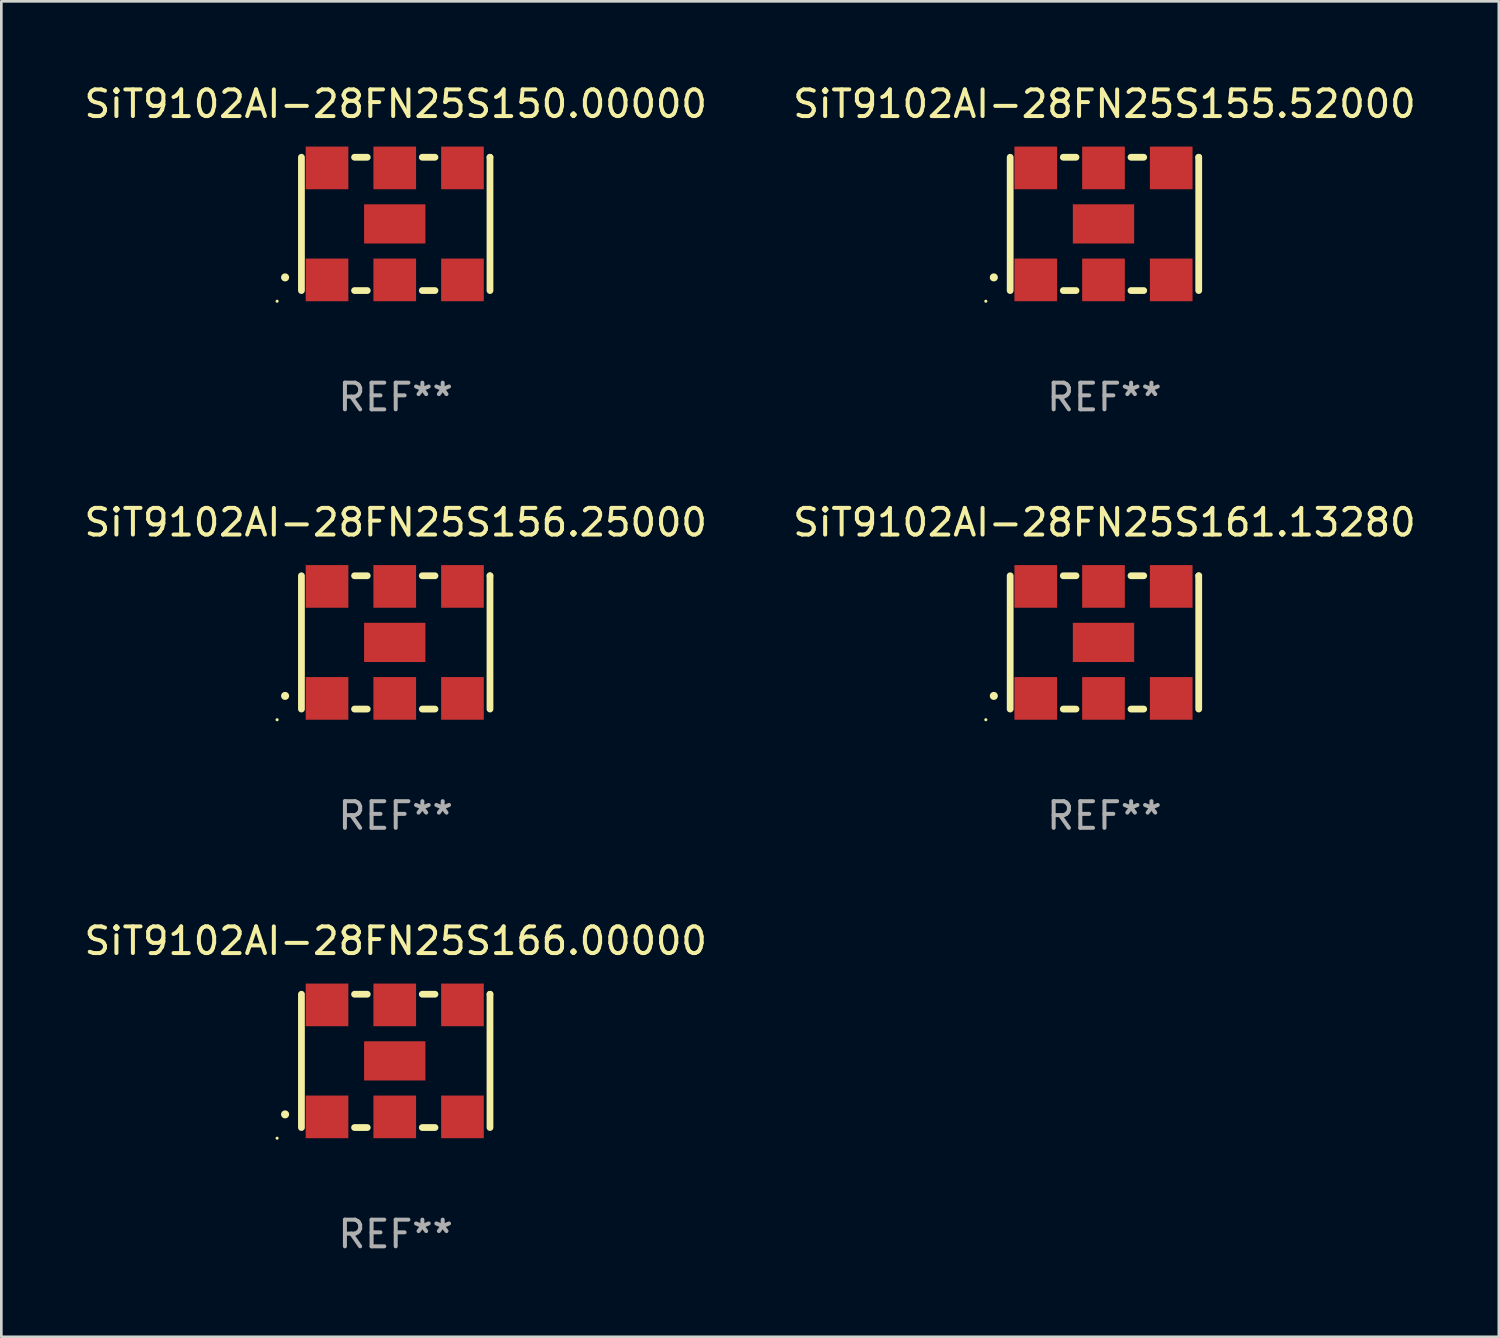
<source format=kicad_pcb>
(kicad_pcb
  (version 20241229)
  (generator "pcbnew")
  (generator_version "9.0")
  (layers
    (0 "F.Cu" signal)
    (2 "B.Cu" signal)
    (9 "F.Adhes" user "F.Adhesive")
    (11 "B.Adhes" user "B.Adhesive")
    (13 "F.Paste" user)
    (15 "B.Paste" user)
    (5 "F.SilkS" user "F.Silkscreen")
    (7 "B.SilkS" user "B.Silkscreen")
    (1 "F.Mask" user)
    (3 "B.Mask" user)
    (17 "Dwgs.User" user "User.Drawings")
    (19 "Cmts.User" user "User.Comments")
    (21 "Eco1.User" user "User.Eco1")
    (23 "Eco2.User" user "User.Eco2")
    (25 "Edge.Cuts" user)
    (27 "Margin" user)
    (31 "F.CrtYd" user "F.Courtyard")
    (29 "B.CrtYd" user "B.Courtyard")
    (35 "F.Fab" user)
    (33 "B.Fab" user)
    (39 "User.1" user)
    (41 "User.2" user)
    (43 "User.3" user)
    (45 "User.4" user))
  (footprint "SiT9102AI-28FN25S161.13280"
    (layer "F.Cu")
    (at 38.375 21.045)
    (property "Reference" "SiT9102AI-28FN25S161.13280" (at 0 -4.5 0) (layer "F.SilkS") (effects (font (size 1 1) (thickness 0.15))))
    (attr through_hole)
    (fp_line (start -3.536 -2.5) (end -3.536 2.5) (stroke (width 0.254) (type solid)) (layer "F.SilkS"))
    (fp_line (start -1.544 2.5) (end -1.067 2.5) (stroke (width 0.254) (type solid)) (layer "F.SilkS"))
    (fp_line (start -1.067 -2.5) (end -1.544 -2.5) (stroke (width 0.254) (type solid)) (layer "F.SilkS"))
    (fp_line (start 0.996 2.5) (end 1.473 2.5) (stroke (width 0.254) (type solid)) (layer "F.SilkS"))
    (fp_line (start 1.473 -2.5) (end 0.996 -2.5) (stroke (width 0.254) (type solid)) (layer "F.SilkS"))
    (fp_line (start 3.536 -2.5) (end 3.536 -2.5) (stroke (width 0.254) (type solid)) (layer "F.SilkS"))
    (fp_line (start 3.536 2.5) (end 3.536 -2.5) (stroke (width 0.254) (type solid)) (layer "F.SilkS"))
    (fp_arc (start -4.150432 2.006604) (mid -4.149162 2.006599) (end -4.147892 2.006604) (stroke (width 0.3) (type solid)) (layer "F.SilkS"))
    (fp_circle (center -4.449 2.9) (end -4.419 2.9) (stroke (width 0.06) (type solid)) (fill no) (layer "F.SilkS"))
    (fp_text user "REF**" (at 0 6.5 0) (layer "F.Fab") (effects (font (size 1 1) (thickness 0.15))))
    (pad "1" smd rect (at -2.576 2.1) (size 1.6 1.6) (layers "F.Cu" "F.Mask" "F.Paste"))
    (pad "2" smd rect (at -0.036 2.1) (size 1.6 1.6) (layers "F.Cu" "F.Mask" "F.Paste"))
    (pad "3" smd rect (at 2.504 2.1) (size 1.6 1.6) (layers "F.Cu" "F.Mask" "F.Paste"))
    (pad "4" smd rect (at 2.504 -2.1) (size 1.6 1.6) (layers "F.Cu" "F.Mask" "F.Paste"))
    (pad "5" smd rect (at -0.036 -2.1) (size 1.6 1.6) (layers "F.Cu" "F.Mask" "F.Paste"))
    (pad "6" smd rect (at -2.576 -2.1) (size 1.6 1.6) (layers "F.Cu" "F.Mask" "F.Paste"))
    (pad "7" smd rect (at -0.036 0) (size 2.3 1.47) (layers "F.Cu" "F.Mask" "F.Paste")))
  (footprint "SiT9102AI-28FN25S156.25000"
    (layer "F.Cu")
    (at 11.792 21.045)
    (property "Reference" "SiT9102AI-28FN25S156.25000" (at 0 -4.5 0) (layer "F.SilkS") (effects (font (size 1 1) (thickness 0.15))))
    (attr through_hole)
    (fp_line (start -3.536 -2.5) (end -3.536 2.5) (stroke (width 0.254) (type solid)) (layer "F.SilkS"))
    (fp_line (start -1.544 2.5) (end -1.067 2.5) (stroke (width 0.254) (type solid)) (layer "F.SilkS"))
    (fp_line (start -1.067 -2.5) (end -1.544 -2.5) (stroke (width 0.254) (type solid)) (layer "F.SilkS"))
    (fp_line (start 0.996 2.5) (end 1.473 2.5) (stroke (width 0.254) (type solid)) (layer "F.SilkS"))
    (fp_line (start 1.473 -2.5) (end 0.996 -2.5) (stroke (width 0.254) (type solid)) (layer "F.SilkS"))
    (fp_line (start 3.536 -2.5) (end 3.536 -2.5) (stroke (width 0.254) (type solid)) (layer "F.SilkS"))
    (fp_line (start 3.536 2.5) (end 3.536 -2.5) (stroke (width 0.254) (type solid)) (layer "F.SilkS"))
    (fp_arc (start -4.150432 2.006604) (mid -4.149162 2.006599) (end -4.147892 2.006604) (stroke (width 0.3) (type solid)) (layer "F.SilkS"))
    (fp_circle (center -4.449 2.9) (end -4.419 2.9) (stroke (width 0.06) (type solid)) (fill no) (layer "F.SilkS"))
    (fp_text user "REF**" (at 0 6.5 0) (layer "F.Fab") (effects (font (size 1 1) (thickness 0.15))))
    (pad "1" smd rect (at -2.576 2.1) (size 1.6 1.6) (layers "F.Cu" "F.Mask" "F.Paste"))
    (pad "2" smd rect (at -0.036 2.1) (size 1.6 1.6) (layers "F.Cu" "F.Mask" "F.Paste"))
    (pad "3" smd rect (at 2.504 2.1) (size 1.6 1.6) (layers "F.Cu" "F.Mask" "F.Paste"))
    (pad "4" smd rect (at 2.504 -2.1) (size 1.6 1.6) (layers "F.Cu" "F.Mask" "F.Paste"))
    (pad "5" smd rect (at -0.036 -2.1) (size 1.6 1.6) (layers "F.Cu" "F.Mask" "F.Paste"))
    (pad "6" smd rect (at -2.576 -2.1) (size 1.6 1.6) (layers "F.Cu" "F.Mask" "F.Paste"))
    (pad "7" smd rect (at -0.036 0) (size 2.3 1.47) (layers "F.Cu" "F.Mask" "F.Paste")))
  (footprint "SiT9102AI-28FN25S166.00000"
    (layer "F.Cu")
    (at 11.792 36.741)
    (property "Reference" "SiT9102AI-28FN25S166.00000" (at 0 -4.5 0) (layer "F.SilkS") (effects (font (size 1 1) (thickness 0.15))))
    (attr through_hole)
    (fp_line (start -3.536 -2.5) (end -3.536 2.5) (stroke (width 0.254) (type solid)) (layer "F.SilkS"))
    (fp_line (start -1.544 2.5) (end -1.067 2.5) (stroke (width 0.254) (type solid)) (layer "F.SilkS"))
    (fp_line (start -1.067 -2.5) (end -1.544 -2.5) (stroke (width 0.254) (type solid)) (layer "F.SilkS"))
    (fp_line (start 0.996 2.5) (end 1.473 2.5) (stroke (width 0.254) (type solid)) (layer "F.SilkS"))
    (fp_line (start 1.473 -2.5) (end 0.996 -2.5) (stroke (width 0.254) (type solid)) (layer "F.SilkS"))
    (fp_line (start 3.536 -2.5) (end 3.536 -2.5) (stroke (width 0.254) (type solid)) (layer "F.SilkS"))
    (fp_line (start 3.536 2.5) (end 3.536 -2.5) (stroke (width 0.254) (type solid)) (layer "F.SilkS"))
    (fp_arc (start -4.150432 2.006604) (mid -4.149162 2.006599) (end -4.147892 2.006604) (stroke (width 0.3) (type solid)) (layer "F.SilkS"))
    (fp_circle (center -4.449 2.9) (end -4.419 2.9) (stroke (width 0.06) (type solid)) (fill no) (layer "F.SilkS"))
    (fp_text user "REF**" (at 0 6.5 0) (layer "F.Fab") (effects (font (size 1 1) (thickness 0.15))))
    (pad "1" smd rect (at -2.576 2.1) (size 1.6 1.6) (layers "F.Cu" "F.Mask" "F.Paste"))
    (pad "2" smd rect (at -0.036 2.1) (size 1.6 1.6) (layers "F.Cu" "F.Mask" "F.Paste"))
    (pad "3" smd rect (at 2.504 2.1) (size 1.6 1.6) (layers "F.Cu" "F.Mask" "F.Paste"))
    (pad "4" smd rect (at 2.504 -2.1) (size 1.6 1.6) (layers "F.Cu" "F.Mask" "F.Paste"))
    (pad "5" smd rect (at -0.036 -2.1) (size 1.6 1.6) (layers "F.Cu" "F.Mask" "F.Paste"))
    (pad "6" smd rect (at -2.576 -2.1) (size 1.6 1.6) (layers "F.Cu" "F.Mask" "F.Paste"))
    (pad "7" smd rect (at -0.036 0) (size 2.3 1.47) (layers "F.Cu" "F.Mask" "F.Paste")))
  (footprint "SiT9102AI-28FN25S150.00000"
    (layer "F.Cu")
    (at 11.792 5.348)
    (property "Reference" "SiT9102AI-28FN25S150.00000" (at 0 -4.5 0) (layer "F.SilkS") (effects (font (size 1 1) (thickness 0.15))))
    (attr through_hole)
    (fp_line (start -3.536 -2.5) (end -3.536 2.5) (stroke (width 0.254) (type solid)) (layer "F.SilkS"))
    (fp_line (start -1.544 2.5) (end -1.067 2.5) (stroke (width 0.254) (type solid)) (layer "F.SilkS"))
    (fp_line (start -1.067 -2.5) (end -1.544 -2.5) (stroke (width 0.254) (type solid)) (layer "F.SilkS"))
    (fp_line (start 0.996 2.5) (end 1.473 2.5) (stroke (width 0.254) (type solid)) (layer "F.SilkS"))
    (fp_line (start 1.473 -2.5) (end 0.996 -2.5) (stroke (width 0.254) (type solid)) (layer "F.SilkS"))
    (fp_line (start 3.536 -2.5) (end 3.536 -2.5) (stroke (width 0.254) (type solid)) (layer "F.SilkS"))
    (fp_line (start 3.536 2.5) (end 3.536 -2.5) (stroke (width 0.254) (type solid)) (layer "F.SilkS"))
    (fp_arc (start -4.150432 2.006604) (mid -4.149162 2.006599) (end -4.147892 2.006604) (stroke (width 0.3) (type solid)) (layer "F.SilkS"))
    (fp_circle (center -4.449 2.9) (end -4.419 2.9) (stroke (width 0.06) (type solid)) (fill no) (layer "F.SilkS"))
    (fp_text user "REF**" (at 0 6.5 0) (layer "F.Fab") (effects (font (size 1 1) (thickness 0.15))))
    (pad "1" smd rect (at -2.576 2.1) (size 1.6 1.6) (layers "F.Cu" "F.Mask" "F.Paste"))
    (pad "2" smd rect (at -0.036 2.1) (size 1.6 1.6) (layers "F.Cu" "F.Mask" "F.Paste"))
    (pad "3" smd rect (at 2.504 2.1) (size 1.6 1.6) (layers "F.Cu" "F.Mask" "F.Paste"))
    (pad "4" smd rect (at 2.504 -2.1) (size 1.6 1.6) (layers "F.Cu" "F.Mask" "F.Paste"))
    (pad "5" smd rect (at -0.036 -2.1) (size 1.6 1.6) (layers "F.Cu" "F.Mask" "F.Paste"))
    (pad "6" smd rect (at -2.576 -2.1) (size 1.6 1.6) (layers "F.Cu" "F.Mask" "F.Paste"))
    (pad "7" smd rect (at -0.036 0) (size 2.3 1.47) (layers "F.Cu" "F.Mask" "F.Paste")))
  (footprint "SiT9102AI-28FN25S155.52000"
    (layer "F.Cu")
    (at 38.375 5.348)
    (property "Reference" "SiT9102AI-28FN25S155.52000" (at 0 -4.5 0) (layer "F.SilkS") (effects (font (size 1 1) (thickness 0.15))))
    (attr through_hole)
    (fp_line (start -3.536 -2.5) (end -3.536 2.5) (stroke (width 0.254) (type solid)) (layer "F.SilkS"))
    (fp_line (start -1.544 2.5) (end -1.067 2.5) (stroke (width 0.254) (type solid)) (layer "F.SilkS"))
    (fp_line (start -1.067 -2.5) (end -1.544 -2.5) (stroke (width 0.254) (type solid)) (layer "F.SilkS"))
    (fp_line (start 0.996 2.5) (end 1.473 2.5) (stroke (width 0.254) (type solid)) (layer "F.SilkS"))
    (fp_line (start 1.473 -2.5) (end 0.996 -2.5) (stroke (width 0.254) (type solid)) (layer "F.SilkS"))
    (fp_line (start 3.536 -2.5) (end 3.536 -2.5) (stroke (width 0.254) (type solid)) (layer "F.SilkS"))
    (fp_line (start 3.536 2.5) (end 3.536 -2.5) (stroke (width 0.254) (type solid)) (layer "F.SilkS"))
    (fp_arc (start -4.150432 2.006604) (mid -4.149162 2.006599) (end -4.147892 2.006604) (stroke (width 0.3) (type solid)) (layer "F.SilkS"))
    (fp_circle (center -4.449 2.9) (end -4.419 2.9) (stroke (width 0.06) (type solid)) (fill no) (layer "F.SilkS"))
    (fp_text user "REF**" (at 0 6.5 0) (layer "F.Fab") (effects (font (size 1 1) (thickness 0.15))))
    (pad "1" smd rect (at -2.576 2.1) (size 1.6 1.6) (layers "F.Cu" "F.Mask" "F.Paste"))
    (pad "2" smd rect (at -0.036 2.1) (size 1.6 1.6) (layers "F.Cu" "F.Mask" "F.Paste"))
    (pad "3" smd rect (at 2.504 2.1) (size 1.6 1.6) (layers "F.Cu" "F.Mask" "F.Paste"))
    (pad "4" smd rect (at 2.504 -2.1) (size 1.6 1.6) (layers "F.Cu" "F.Mask" "F.Paste"))
    (pad "5" smd rect (at -0.036 -2.1) (size 1.6 1.6) (layers "F.Cu" "F.Mask" "F.Paste"))
    (pad "6" smd rect (at -2.576 -2.1) (size 1.6 1.6) (layers "F.Cu" "F.Mask" "F.Paste"))
    (pad "7" smd rect (at -0.036 0) (size 2.3 1.47) (layers "F.Cu" "F.Mask" "F.Paste")))
  (gr_rect
    (start -3 -3)
    (end 53.167 47.09)
    (stroke (width 0.1) (type default))
    (fill no)
    (layer "Edge.Cuts")))
</source>
